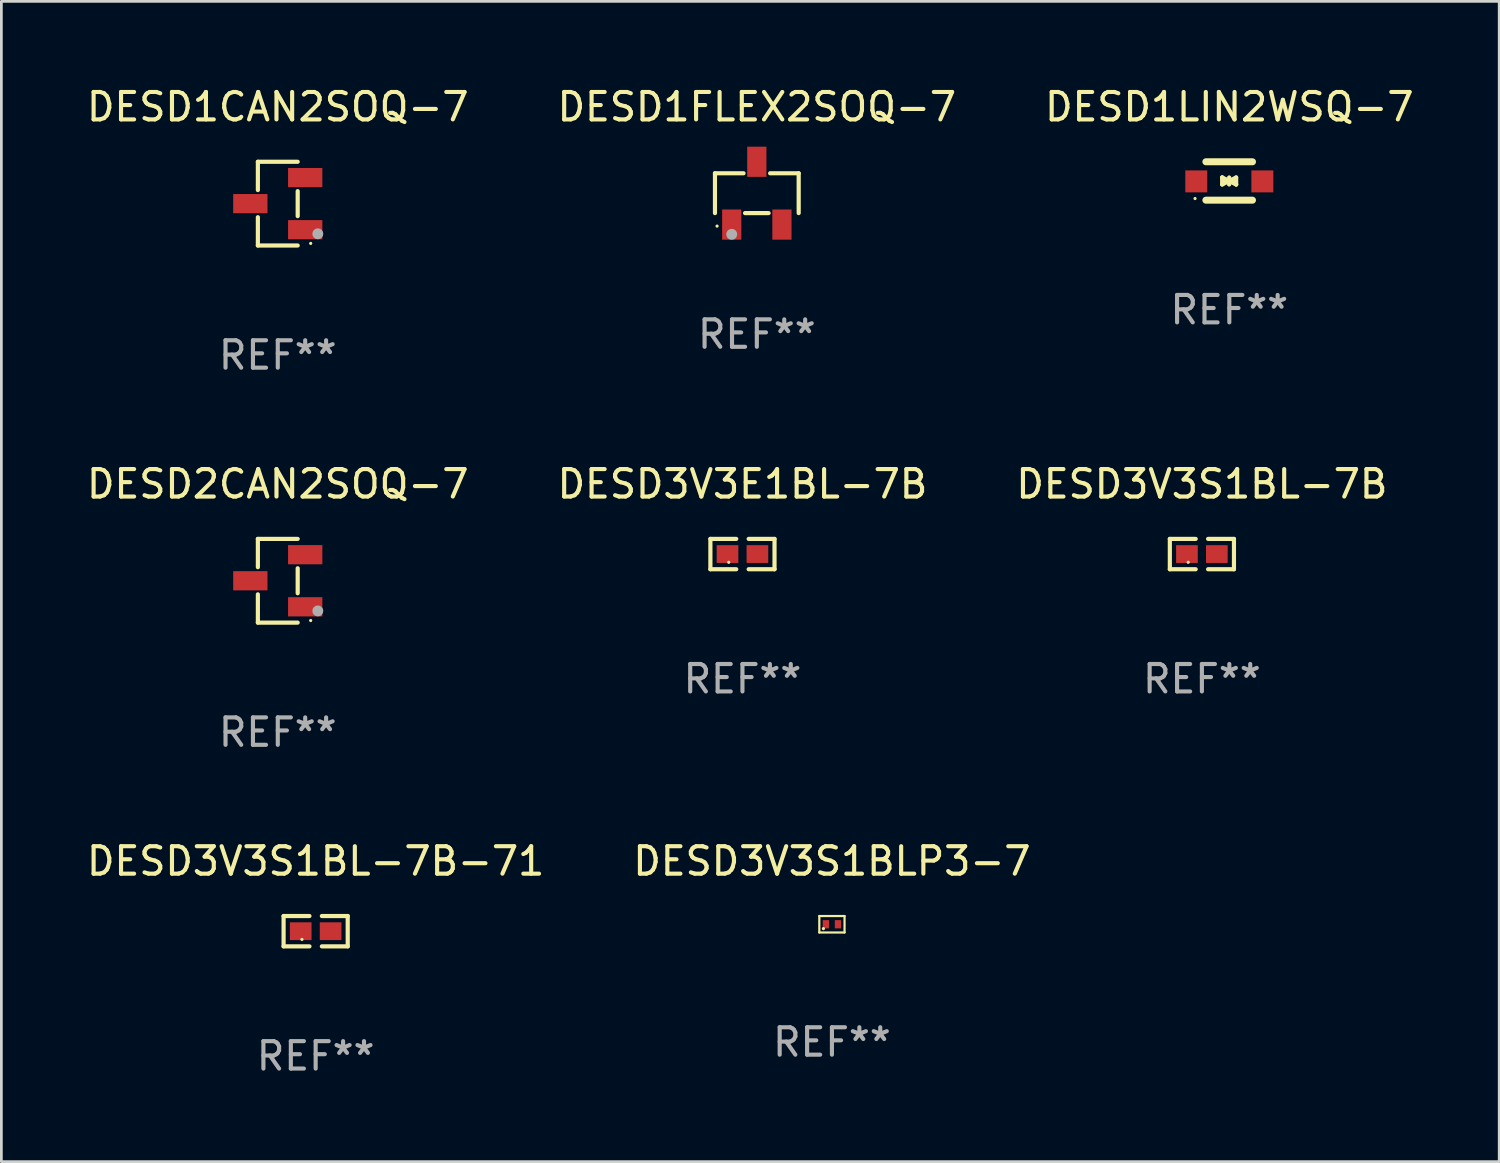
<source format=kicad_pcb>
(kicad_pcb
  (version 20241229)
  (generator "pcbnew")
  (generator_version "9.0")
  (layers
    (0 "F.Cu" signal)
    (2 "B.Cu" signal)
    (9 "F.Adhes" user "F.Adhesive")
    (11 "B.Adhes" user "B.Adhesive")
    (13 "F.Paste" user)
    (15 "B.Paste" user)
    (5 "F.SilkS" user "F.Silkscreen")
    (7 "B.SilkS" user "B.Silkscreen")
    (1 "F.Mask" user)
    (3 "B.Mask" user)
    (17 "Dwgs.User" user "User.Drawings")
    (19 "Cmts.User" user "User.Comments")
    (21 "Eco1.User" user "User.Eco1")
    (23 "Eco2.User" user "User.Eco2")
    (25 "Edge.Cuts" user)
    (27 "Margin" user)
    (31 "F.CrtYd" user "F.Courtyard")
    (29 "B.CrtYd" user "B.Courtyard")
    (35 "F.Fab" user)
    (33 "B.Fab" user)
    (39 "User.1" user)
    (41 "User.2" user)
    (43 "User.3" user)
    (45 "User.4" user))
  (footprint "DESD3V3S1BLP3-7"
    (layer "F.Cu")
    (at 27.28 30.646)
    (property "Reference" "DESD3V3S1BLP3-7" (at 0 -2.3 0) (layer "F.SilkS") (effects (font (size 1 1) (thickness 0.15))))
    (attr through_hole)
    (fp_line (start -0.46 -0.3) (end -0.46 0.3) (stroke (width 0.08) (type solid)) (layer "F.SilkS"))
    (fp_line (start -0.46 -0.3) (end 0.46 -0.3) (stroke (width 0.08) (type solid)) (layer "F.SilkS"))
    (fp_line (start -0.46 0.3) (end 0.46 0.3) (stroke (width 0.08) (type solid)) (layer "F.SilkS"))
    (fp_line (start 0.46 -0.3) (end 0.46 0.3) (stroke (width 0.08) (type solid)) (layer "F.SilkS"))
    (fp_circle (center -0.31 0.16) (end -0.28 0.16) (stroke (width 0.06) (type solid)) (fill no) (layer "F.SilkS"))
    (fp_text user "REF**" (at 0 4.3 0) (layer "F.Fab") (effects (font (size 1 1) (thickness 0.15))))
    (pad "1" smd rect (at -0.22 0 180) (size 0.23 0.3) (layers "F.Cu" "F.Mask" "F.Paste"))
    (pad "2" smd rect (at 0.22 0 180) (size 0.23 0.3) (layers "F.Cu" "F.Mask" "F.Paste")))
  (footprint "DESD3V3S1BL-7B"
    (layer "F.Cu")
    (at 40.768 17.15)
    (property "Reference" "DESD3V3S1BL-7B" (at 0 -2.553 0) (layer "F.SilkS") (effects (font (size 1 1) (thickness 0.15))))
    (attr through_hole)
    (fp_line (start -1.169 -0.553) (end -0.226 -0.553) (stroke (width 0.152) (type solid)) (layer "F.SilkS"))
    (fp_line (start -1.169 0.553) (end -1.169 -0.553) (stroke (width 0.152) (type solid)) (layer "F.SilkS"))
    (fp_line (start -0.226 0.553) (end -1.169 0.553) (stroke (width 0.152) (type solid)) (layer "F.SilkS"))
    (fp_line (start 0.226 0.553) (end 1.169 0.553) (stroke (width 0.152) (type solid)) (layer "F.SilkS"))
    (fp_line (start 1.169 -0.553) (end 0.226 -0.553) (stroke (width 0.152) (type solid)) (layer "F.SilkS"))
    (fp_line (start 1.169 0.553) (end 1.169 -0.553) (stroke (width 0.152) (type solid)) (layer "F.SilkS"))
    (fp_circle (center -0.5 0.3) (end -0.47 0.3) (stroke (width 0.06) (type solid)) (fill no) (layer "F.SilkS"))
    (fp_text user "REF**" (at 0 4.553 0) (layer "F.Fab") (effects (font (size 1 1) (thickness 0.15))))
    (pad "1" smd rect (at -0.545 0) (size 0.79 0.648) (layers "F.Cu" "F.Mask" "F.Paste"))
    (pad "2" smd rect (at 0.545 0) (size 0.79 0.648) (layers "F.Cu" "F.Mask" "F.Paste")))
  (footprint "DESD1CAN2SOQ-7"
    (layer "F.Cu")
    (at 7.077 4.374)
    (property "Reference" "DESD1CAN2SOQ-7" (at 0 -3.526 0) (layer "F.SilkS") (effects (font (size 1 1) (thickness 0.15))))
    (attr through_hole)
    (fp_line (start -0.726 -1.526) (end -0.726 -0.495) (stroke (width 0.152) (type solid)) (layer "F.SilkS"))
    (fp_line (start -0.726 1.526) (end -0.726 0.495) (stroke (width 0.152) (type solid)) (layer "F.SilkS"))
    (fp_line (start 0.726 -1.526) (end -0.726 -1.526) (stroke (width 0.152) (type solid)) (layer "F.SilkS"))
    (fp_line (start 0.726 -0.455) (end 0.726 0.455) (stroke (width 0.152) (type solid)) (layer "F.SilkS"))
    (fp_line (start 0.726 1.526) (end -0.726 1.526) (stroke (width 0.152) (type solid)) (layer "F.SilkS"))
    (fp_circle (center 1.2 1.45) (end 1.23 1.45) (stroke (width 0.06) (type solid)) (fill no) (layer "F.SilkS"))
    (fp_circle (center 1.46 1.1) (end 1.56 1.1) (stroke (width 0.2) (type solid)) (fill no) (layer "F.Fab"))
    (fp_text user "REF**" (at 0 5.526 0) (layer "F.Fab") (effects (font (size 1 1) (thickness 0.15))))
    (pad "1" smd rect (at 1 0.95) (size 1.25 0.7) (layers "F.Cu" "F.Mask" "F.Paste"))
    (pad "2" smd rect (at 1 -0.95) (size 1.25 0.7) (layers "F.Cu" "F.Mask" "F.Paste"))
    (pad "3" smd rect (at -1 0) (size 1.25 0.7) (layers "F.Cu" "F.Mask" "F.Paste")))
  (footprint "DESD1FLEX2SOQ-7"
    (layer "F.Cu")
    (at 24.542 3.993)
    (property "Reference" "DESD1FLEX2SOQ-7" (at 0 -3.145 0) (layer "F.SilkS") (effects (font (size 1 1) (thickness 0.15))))
    (attr through_hole)
    (fp_line (start -1.526 -0.726) (end -0.485 -0.726) (stroke (width 0.152) (type solid)) (layer "F.SilkS"))
    (fp_line (start -1.526 0.726) (end -1.526 -0.726) (stroke (width 0.152) (type solid)) (layer "F.SilkS"))
    (fp_line (start 0.43 0.726) (end -0.43 0.726) (stroke (width 0.152) (type solid)) (layer "F.SilkS"))
    (fp_line (start 1.526 -0.726) (end 0.485 -0.726) (stroke (width 0.152) (type solid)) (layer "F.SilkS"))
    (fp_line (start 1.526 0.726) (end 1.526 -0.726) (stroke (width 0.152) (type solid)) (layer "F.SilkS"))
    (fp_circle (center -1.45 1.2) (end -1.42 1.2) (stroke (width 0.06) (type solid)) (fill no) (layer "F.SilkS"))
    (fp_circle (center -0.915 1.5) (end -0.815 1.5) (stroke (width 0.2) (type solid)) (fill no) (layer "F.Fab"))
    (fp_text user "REF**" (at 0 5.145 0) (layer "F.Fab") (effects (font (size 1 1) (thickness 0.15))))
    (pad "1" smd rect (at -0.915 1.145) (size 0.7 1.1) (layers "F.Cu" "F.Mask" "F.Paste"))
    (pad "2" smd rect (at 0.915 1.145) (size 0.7 1.1) (layers "F.Cu" "F.Mask" "F.Paste"))
    (pad "3" smd rect (at 0.000127 -1.145) (size 0.7 1.1) (layers "F.Cu" "F.Mask" "F.Paste")))
  (footprint "DESD3V3E1BL-7B"
    (layer "F.Cu")
    (at 24.018 17.15)
    (property "Reference" "DESD3V3E1BL-7B" (at 0 -2.553 0) (layer "F.SilkS") (effects (font (size 1 1) (thickness 0.15))))
    (attr through_hole)
    (fp_line (start -1.169 -0.553) (end -0.226 -0.553) (stroke (width 0.152) (type solid)) (layer "F.SilkS"))
    (fp_line (start -1.169 0.553) (end -1.169 -0.553) (stroke (width 0.152) (type solid)) (layer "F.SilkS"))
    (fp_line (start -0.226 0.553) (end -1.169 0.553) (stroke (width 0.152) (type solid)) (layer "F.SilkS"))
    (fp_line (start 0.226 0.553) (end 1.169 0.553) (stroke (width 0.152) (type solid)) (layer "F.SilkS"))
    (fp_line (start 1.169 -0.553) (end 0.226 -0.553) (stroke (width 0.152) (type solid)) (layer "F.SilkS"))
    (fp_line (start 1.169 0.553) (end 1.169 -0.553) (stroke (width 0.152) (type solid)) (layer "F.SilkS"))
    (fp_circle (center -0.5 0.3) (end -0.47 0.3) (stroke (width 0.06) (type solid)) (fill no) (layer "F.SilkS"))
    (fp_text user "REF**" (at 0 4.553 0) (layer "F.Fab") (effects (font (size 1 1) (thickness 0.15))))
    (pad "1" smd rect (at -0.545 0) (size 0.79 0.648) (layers "F.Cu" "F.Mask" "F.Paste"))
    (pad "2" smd rect (at 0.545 0) (size 0.79 0.648) (layers "F.Cu" "F.Mask" "F.Paste")))
  (footprint "DESD1LIN2WSQ-7"
    (layer "F.Cu")
    (at 41.768 3.548)
    (property "Reference" "DESD1LIN2WSQ-7" (at 0 -2.7 0) (layer "F.SilkS") (effects (font (size 1 1) (thickness 0.15))))
    (attr through_hole)
    (fp_line (start -0.855 -0.7) (end 0.845 -0.7) (stroke (width 0.254) (type solid)) (layer "F.SilkS"))
    (fp_line (start -0.855 0.7) (end 0.845 0.7) (stroke (width 0.254) (type solid)) (layer "F.SilkS"))
    (fp_line (start -0.26 -0.127) (end -0.26 -0.127) (stroke (width 0.154) (type solid)) (layer "F.SilkS"))
    (fp_line (start -0.26 -0.127) (end -0.008 -0.003) (stroke (width 0.154) (type solid)) (layer "F.SilkS"))
    (fp_line (start -0.26 0.127) (end -0.26 -0.127) (stroke (width 0.154) (type solid)) (layer "F.SilkS"))
    (fp_line (start -0.133 0.000483) (end -0.003 0.000483) (stroke (width 0.154) (type solid)) (layer "F.SilkS"))
    (fp_line (start -0.009 0.000483) (end -0.26 0.127) (stroke (width 0.154) (type solid)) (layer "F.SilkS"))
    (fp_line (start -0.006 -0.127) (end -0.006 0.127) (stroke (width 0.154) (type solid)) (layer "F.SilkS"))
    (fp_line (start -0.003 0.000483) (end 0.248 -0.127) (stroke (width 0.154) (type solid)) (layer "F.SilkS"))
    (fp_line (start 0.121 0.000483) (end -0.009 0.000483) (stroke (width 0.154) (type solid)) (layer "F.SilkS"))
    (fp_line (start 0.248 -0.127) (end 0.248 0.127) (stroke (width 0.154) (type solid)) (layer "F.SilkS"))
    (fp_line (start 0.248 0.127) (end -0.004 0.004) (stroke (width 0.154) (type solid)) (layer "F.SilkS"))
    (fp_line (start 0.248 0.127) (end 0.248 0.127) (stroke (width 0.154) (type solid)) (layer "F.SilkS"))
    (fp_circle (center -1.25 0.64) (end -1.22 0.64) (stroke (width 0.06) (type solid)) (fill no) (layer "F.SilkS"))
    (fp_text user "REF**" (at 0 4.7 0) (layer "F.Fab") (effects (font (size 1 1) (thickness 0.15))))
    (pad "1" smd rect (at -1.205 0.015) (size 0.8 0.8) (layers "F.Cu" "F.Mask" "F.Paste"))
    (pad "2" smd rect (at 1.205 0.015) (size 0.8 0.8) (layers "F.Cu" "F.Mask" "F.Paste")))
  (footprint "DESD2CAN2SOQ-7"
    (layer "F.Cu")
    (at 7.077 18.123)
    (property "Reference" "DESD2CAN2SOQ-7" (at 0 -3.526 0) (layer "F.SilkS") (effects (font (size 1 1) (thickness 0.15))))
    (attr through_hole)
    (fp_line (start -0.726 -1.526) (end -0.726 -0.495) (stroke (width 0.152) (type solid)) (layer "F.SilkS"))
    (fp_line (start -0.726 1.526) (end -0.726 0.495) (stroke (width 0.152) (type solid)) (layer "F.SilkS"))
    (fp_line (start 0.726 -1.526) (end -0.726 -1.526) (stroke (width 0.152) (type solid)) (layer "F.SilkS"))
    (fp_line (start 0.726 -0.455) (end 0.726 0.455) (stroke (width 0.152) (type solid)) (layer "F.SilkS"))
    (fp_line (start 0.726 1.526) (end -0.726 1.526) (stroke (width 0.152) (type solid)) (layer "F.SilkS"))
    (fp_circle (center 1.2 1.45) (end 1.23 1.45) (stroke (width 0.06) (type solid)) (fill no) (layer "F.SilkS"))
    (fp_circle (center 1.46 1.1) (end 1.56 1.1) (stroke (width 0.2) (type solid)) (fill no) (layer "F.Fab"))
    (fp_text user "REF**" (at 0 5.526 0) (layer "F.Fab") (effects (font (size 1 1) (thickness 0.15))))
    (pad "1" smd rect (at 1 0.95) (size 1.25 0.7) (layers "F.Cu" "F.Mask" "F.Paste"))
    (pad "2" smd rect (at 1 -0.95) (size 1.25 0.7) (layers "F.Cu" "F.Mask" "F.Paste"))
    (pad "3" smd rect (at -1 0) (size 1.25 0.7) (layers "F.Cu" "F.Mask" "F.Paste")))
  (footprint "DESD3V3S1BL-7B-71"
    (layer "F.Cu")
    (at 8.458 30.899)
    (property "Reference" "DESD3V3S1BL-7B-71" (at 0 -2.553 0) (layer "F.SilkS") (effects (font (size 1 1) (thickness 0.15))))
    (attr through_hole)
    (fp_line (start -1.169 -0.553) (end -0.226 -0.553) (stroke (width 0.152) (type solid)) (layer "F.SilkS"))
    (fp_line (start -1.169 0.553) (end -1.169 -0.553) (stroke (width 0.152) (type solid)) (layer "F.SilkS"))
    (fp_line (start -0.226 0.553) (end -1.169 0.553) (stroke (width 0.152) (type solid)) (layer "F.SilkS"))
    (fp_line (start 0.226 0.553) (end 1.169 0.553) (stroke (width 0.152) (type solid)) (layer "F.SilkS"))
    (fp_line (start 1.169 -0.553) (end 0.226 -0.553) (stroke (width 0.152) (type solid)) (layer "F.SilkS"))
    (fp_line (start 1.169 0.553) (end 1.169 -0.553) (stroke (width 0.152) (type solid)) (layer "F.SilkS"))
    (fp_circle (center -0.5 0.3) (end -0.47 0.3) (stroke (width 0.06) (type solid)) (fill no) (layer "F.SilkS"))
    (fp_text user "REF**" (at 0 4.553 0) (layer "F.Fab") (effects (font (size 1 1) (thickness 0.15))))
    (pad "1" smd rect (at -0.545 0) (size 0.79 0.648) (layers "F.Cu" "F.Mask" "F.Paste"))
    (pad "2" smd rect (at 0.545 0) (size 0.79 0.648) (layers "F.Cu" "F.Mask" "F.Paste")))
  (gr_rect
    (start -3 -3)
    (end 51.607 39.3)
    (stroke (width 0.1) (type default))
    (fill no)
    (layer "Edge.Cuts")))
</source>
